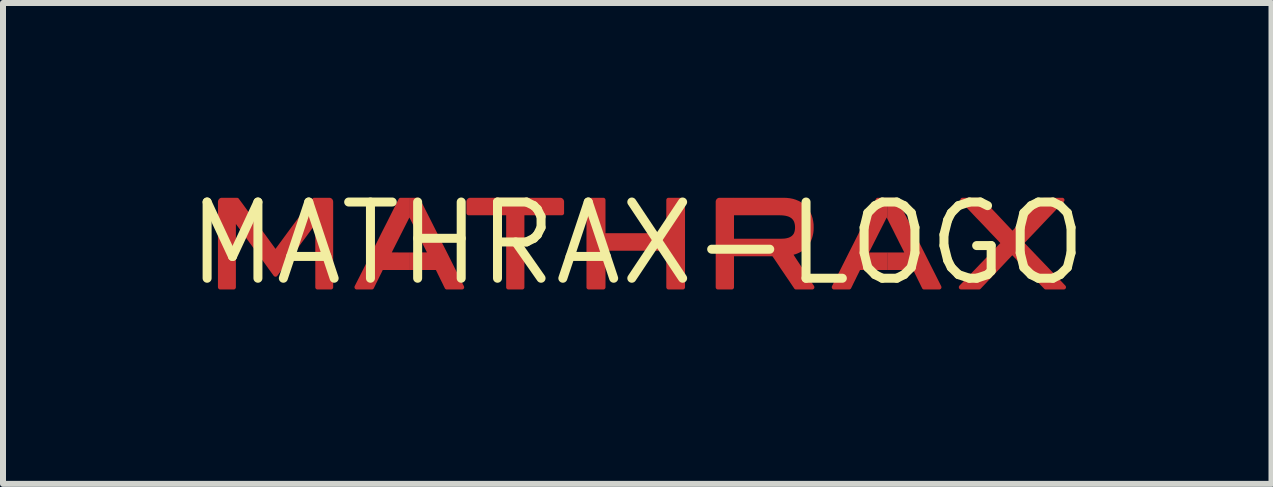
<source format=kicad_pcb>
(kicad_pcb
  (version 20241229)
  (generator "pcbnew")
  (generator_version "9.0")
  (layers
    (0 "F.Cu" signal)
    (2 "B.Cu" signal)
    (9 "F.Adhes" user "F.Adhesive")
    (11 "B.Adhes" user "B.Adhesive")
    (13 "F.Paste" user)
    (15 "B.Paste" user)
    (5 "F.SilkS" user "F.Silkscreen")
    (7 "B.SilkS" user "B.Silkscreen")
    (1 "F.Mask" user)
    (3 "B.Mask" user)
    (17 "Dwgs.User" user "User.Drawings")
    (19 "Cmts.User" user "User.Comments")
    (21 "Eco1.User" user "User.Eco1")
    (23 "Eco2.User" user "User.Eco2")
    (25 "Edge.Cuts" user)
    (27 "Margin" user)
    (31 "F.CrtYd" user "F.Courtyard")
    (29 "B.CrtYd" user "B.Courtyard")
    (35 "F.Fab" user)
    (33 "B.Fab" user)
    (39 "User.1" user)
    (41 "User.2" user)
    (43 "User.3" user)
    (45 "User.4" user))
  (footprint "MATHRAX-LOGO"
    (layer "F.Cu")
    (at 7.567 1.006)
    (property "Reference" "MATHRAX-LOGO" (at 0 0 0) (layer "F.SilkS") (effects (font (size 1.27 1.27) (thickness 0.15))))
    (fp_poly (pts (xy 1.612 0.729) (xy 1.612 0.733) (xy 1.611 0.737) (xy 1.61 0.74) (xy 1.609 0.744) (xy 1.607 0.747) (xy 1.605 0.75) (xy 1.603 0.753) (xy 1.601 0.756) (xy 1.598 0.759) (xy 1.595 0.761) (xy 1.592 0.763) (xy 1.588 0.764) (xy 1.585 0.766) (xy 1.581 0.766) (xy 1.577 0.767) (xy 1.573 0.767) (xy 1.345 0.767) (xy 1.341 0.767) (xy 1.337 0.766) (xy 1.334 0.766) (xy 1.33 0.764) (xy 1.327 0.763) (xy 1.323 0.761) (xy 1.321 0.759) (xy 1.318 0.756) (xy 1.316 0.753) (xy 1.313 0.75) (xy 1.311 0.747) (xy 1.31 0.744) (xy 1.309 0.74) (xy 1.308 0.737) (xy 1.307 0.733) (xy 1.307 0.729) (xy 1.307 -0.695) (xy 1.308 -0.708) (xy 1.312 -0.72) (xy 1.318 -0.731) (xy 1.325 -0.741) (xy 1.335 -0.749) (xy 1.346 -0.756) (xy 1.359 -0.76) (xy 1.372 -0.761) (xy 1.402 -0.761) (xy 1.432 -0.761) (xy 1.462 -0.761) (xy 1.492 -0.761) (xy 1.551 -0.761) (xy 1.581 -0.761) (xy 1.612 -0.761)) (stroke (width 0) (type default)) (fill yes) (layer "F.Cu"))
    (fp_poly (pts (xy -3.648 -0.761) (xy -3.643 -0.76) (xy -3.638 -0.758) (xy -3.634 -0.756) (xy -3.629 -0.753) (xy -3.626 -0.749) (xy -3.622 -0.745) (xy -3.619 -0.741) (xy -3.528 -0.559) (xy -3.436 -0.377) (xy -3.345 -0.196) (xy -3.254 -0.014) (xy -3.162 0.167) (xy -3.071 0.349) (xy -2.979 0.531) (xy -2.888 0.712) (xy -2.886 0.717) (xy -2.885 0.721) (xy -2.884 0.726) (xy -2.884 0.731) (xy -2.884 0.736) (xy -2.885 0.74) (xy -2.887 0.745) (xy -2.889 0.749) (xy -2.892 0.753) (xy -2.895 0.757) (xy -2.899 0.76) (xy -2.903 0.762) (xy -2.907 0.764) (xy -2.912 0.766) (xy -2.916 0.767) (xy -2.921 0.767) (xy -3.173 0.767) (xy -3.178 0.767) (xy -3.183 0.766) (xy -3.188 0.764) (xy -3.192 0.761) (xy -3.196 0.758) (xy -3.2 0.755) (xy -3.204 0.751) (xy -3.206 0.746) (xy -3.225 0.708) (xy -3.243 0.67) (xy -3.262 0.632) (xy -3.281 0.594) (xy -3.299 0.556) (xy -3.318 0.518) (xy -3.336 0.48) (xy -3.355 0.442) (xy -3.788 0.442) (xy -3.788 0.15) (xy -3.504 0.15) (xy -3.539 0.079) (xy -3.575 0.009) (xy -3.61 -0.062) (xy -3.646 -0.133) (xy -3.681 -0.204) (xy -3.717 -0.275) (xy -3.752 -0.346) (xy -3.788 -0.417) (xy -3.788 -0.761) (xy -3.653 -0.761)) (stroke (width 0) (type default)) (fill yes) (layer "F.Cu"))
    (fp_poly (pts (xy 4.304 -0.761) (xy 4.309 -0.76) (xy 4.314 -0.758) (xy 4.318 -0.756) (xy 4.323 -0.753) (xy 4.326 -0.749) (xy 4.33 -0.745) (xy 4.333 -0.741) (xy 4.424 -0.559) (xy 4.516 -0.377) (xy 4.607 -0.196) (xy 4.698 -0.014) (xy 4.79 0.167) (xy 4.881 0.349) (xy 4.973 0.531) (xy 5.064 0.712) (xy 5.066 0.717) (xy 5.067 0.721) (xy 5.068 0.726) (xy 5.068 0.731) (xy 5.068 0.736) (xy 5.067 0.74) (xy 5.065 0.745) (xy 5.063 0.749) (xy 5.06 0.753) (xy 5.057 0.757) (xy 5.053 0.76) (xy 5.049 0.762) (xy 5.045 0.764) (xy 5.04 0.766) (xy 5.035 0.767) (xy 5.031 0.767) (xy 4.779 0.767) (xy 4.774 0.767) (xy 4.769 0.766) (xy 4.764 0.764) (xy 4.76 0.761) (xy 4.755 0.758) (xy 4.752 0.755) (xy 4.748 0.751) (xy 4.746 0.746) (xy 4.727 0.708) (xy 4.709 0.67) (xy 4.69 0.632) (xy 4.671 0.594) (xy 4.653 0.556) (xy 4.634 0.518) (xy 4.616 0.48) (xy 4.597 0.442) (xy 4.164 0.442) (xy 4.164 0.15) (xy 4.448 0.15) (xy 4.413 0.079) (xy 4.377 0.009) (xy 4.342 -0.062) (xy 4.306 -0.133) (xy 4.271 -0.204) (xy 4.235 -0.275) (xy 4.199 -0.346) (xy 4.164 -0.417) (xy 4.164 -0.761) (xy 4.299 -0.761)) (stroke (width 0) (type default)) (fill yes) (layer "F.Cu"))
    (fp_poly (pts (xy -3.787 -0.415) (xy -3.789 -0.419) (xy -3.79 -0.42) (xy -3.791 -0.422) (xy -3.793 -0.426) (xy -3.793 -0.428) (xy -3.794 -0.43) (xy -3.794 -0.43) (xy -3.795 -0.431) (xy -3.797 -0.431) (xy -3.833 -0.359) (xy -3.87 -0.286) (xy -3.907 -0.213) (xy -3.944 -0.14) (xy -3.98 -0.068) (xy -4.017 0.005) (xy -4.054 0.078) (xy -4.09 0.15) (xy -3.787 0.15) (xy -3.787 0.442) (xy -4.24 0.442) (xy -4.258 0.48) (xy -4.277 0.518) (xy -4.296 0.556) (xy -4.314 0.594) (xy -4.352 0.67) (xy -4.37 0.708) (xy -4.389 0.746) (xy -4.392 0.751) (xy -4.395 0.755) (xy -4.399 0.758) (xy -4.403 0.761) (xy -4.408 0.764) (xy -4.413 0.766) (xy -4.418 0.767) (xy -4.423 0.767) (xy -4.673 0.767) (xy -4.678 0.767) (xy -4.683 0.766) (xy -4.688 0.764) (xy -4.692 0.762) (xy -4.696 0.76) (xy -4.699 0.757) (xy -4.703 0.753) (xy -4.705 0.749) (xy -4.708 0.745) (xy -4.709 0.74) (xy -4.711 0.736) (xy -4.711 0.731) (xy -4.711 0.726) (xy -4.711 0.721) (xy -4.709 0.717) (xy -4.708 0.712) (xy -4.616 0.531) (xy -4.524 0.349) (xy -4.433 0.167) (xy -4.341 -0.014) (xy -4.25 -0.196) (xy -4.158 -0.377) (xy -4.067 -0.559) (xy -3.975 -0.741) (xy -3.972 -0.745) (xy -3.969 -0.749) (xy -3.966 -0.753) (xy -3.961 -0.756) (xy -3.957 -0.758) (xy -3.952 -0.76) (xy -3.947 -0.761) (xy -3.942 -0.761) (xy -3.787 -0.761)) (stroke (width 0) (type default)) (fill yes) (layer "F.Cu"))
    (fp_poly (pts (xy 4.165 -0.415) (xy 4.163 -0.419) (xy 4.162 -0.42) (xy 4.161 -0.422) (xy 4.16 -0.424) (xy 4.159 -0.426) (xy 4.158 -0.428) (xy 4.158 -0.43) (xy 4.157 -0.431) (xy 4.155 -0.431) (xy 4.119 -0.359) (xy 4.082 -0.286) (xy 4.045 -0.213) (xy 4.008 -0.14) (xy 3.972 -0.068) (xy 3.935 0.005) (xy 3.898 0.078) (xy 3.862 0.15) (xy 4.165 0.15) (xy 4.165 0.442) (xy 3.712 0.442) (xy 3.694 0.48) (xy 3.675 0.518) (xy 3.656 0.556) (xy 3.638 0.594) (xy 3.6 0.67) (xy 3.582 0.708) (xy 3.563 0.746) (xy 3.56 0.751) (xy 3.557 0.755) (xy 3.553 0.758) (xy 3.549 0.761) (xy 3.544 0.764) (xy 3.539 0.766) (xy 3.534 0.767) (xy 3.529 0.767) (xy 3.279 0.767) (xy 3.274 0.767) (xy 3.269 0.766) (xy 3.264 0.764) (xy 3.26 0.762) (xy 3.256 0.76) (xy 3.252 0.757) (xy 3.249 0.753) (xy 3.247 0.749) (xy 3.244 0.745) (xy 3.242 0.74) (xy 3.241 0.736) (xy 3.241 0.731) (xy 3.241 0.726) (xy 3.241 0.721) (xy 3.243 0.717) (xy 3.244 0.712) (xy 3.336 0.531) (xy 3.428 0.349) (xy 3.519 0.167) (xy 3.611 -0.014) (xy 3.702 -0.196) (xy 3.794 -0.377) (xy 3.885 -0.559) (xy 3.977 -0.741) (xy 3.979 -0.745) (xy 3.983 -0.749) (xy 3.986 -0.753) (xy 3.99 -0.756) (xy 3.995 -0.758) (xy 4 -0.76) (xy 4.005 -0.761) (xy 4.01 -0.761) (xy 4.165 -0.761)) (stroke (width 0) (type default)) (fill yes) (layer "F.Cu"))
    (fp_poly (pts (xy -1.27 -0.76) (xy -1.258 -0.756) (xy -1.247 -0.749) (xy -1.237 -0.741) (xy -1.23 -0.731) (xy -1.224 -0.72) (xy -1.22 -0.708) (xy -1.219 -0.695) (xy -1.219 -0.507) (xy -1.219 -0.503) (xy -1.219 -0.5) (xy -1.22 -0.496) (xy -1.222 -0.492) (xy -1.223 -0.489) (xy -1.225 -0.486) (xy -1.227 -0.483) (xy -1.23 -0.481) (xy -1.233 -0.478) (xy -1.236 -0.476) (xy -1.239 -0.474) (xy -1.242 -0.472) (xy -1.246 -0.471) (xy -1.249 -0.47) (xy -1.253 -0.469) (xy -1.256 -0.469) (xy -1.88 -0.469) (xy -1.88 0.729) (xy -1.88 0.733) (xy -1.88 0.737) (xy -1.881 0.74) (xy -1.883 0.744) (xy -1.884 0.747) (xy -1.886 0.75) (xy -1.888 0.753) (xy -1.891 0.756) (xy -1.893 0.759) (xy -1.896 0.761) (xy -1.9 0.763) (xy -1.903 0.764) (xy -1.906 0.766) (xy -1.91 0.766) (xy -1.914 0.767) (xy -1.917 0.767) (xy -2.147 0.767) (xy -2.15 0.767) (xy -2.154 0.766) (xy -2.158 0.766) (xy -2.161 0.764) (xy -2.164 0.763) (xy -2.168 0.761) (xy -2.17 0.759) (xy -2.173 0.756) (xy -2.176 0.753) (xy -2.178 0.75) (xy -2.18 0.747) (xy -2.182 0.744) (xy -2.183 0.74) (xy -2.184 0.737) (xy -2.184 0.733) (xy -2.184 0.729) (xy -2.184 -0.469) (xy -2.807 -0.469) (xy -2.811 -0.469) (xy -2.815 -0.47) (xy -2.819 -0.471) (xy -2.822 -0.472) (xy -2.825 -0.474) (xy -2.829 -0.476) (xy -2.832 -0.478) (xy -2.835 -0.48) (xy -2.837 -0.483) (xy -2.839 -0.486) (xy -2.841 -0.489) (xy -2.843 -0.492) (xy -2.844 -0.496) (xy -2.845 -0.5) (xy -2.846 -0.503) (xy -2.846 -0.507) (xy -2.846 -0.695) (xy -2.845 -0.708) (xy -2.841 -0.72) (xy -2.835 -0.731) (xy -2.827 -0.741) (xy -2.818 -0.75) (xy -2.807 -0.756) (xy -2.794 -0.76) (xy -2.781 -0.761) (xy -1.283 -0.761)) (stroke (width 0) (type default)) (fill yes) (layer "F.Cu"))
    (fp_poly (pts (xy 2.491 -0.759) (xy 2.544 -0.753) (xy 2.595 -0.743) (xy 2.643 -0.728) (xy 2.688 -0.709) (xy 2.73 -0.686) (xy 2.768 -0.659) (xy 2.804 -0.627) (xy 2.836 -0.592) (xy 2.864 -0.553) (xy 2.887 -0.512) (xy 2.906 -0.468) (xy 2.921 -0.421) (xy 2.931 -0.372) (xy 2.938 -0.32) (xy 2.939 -0.266) (xy 2.938 -0.218) (xy 2.933 -0.173) (xy 2.924 -0.129) (xy 2.912 -0.087) (xy 2.897 -0.048) (xy 2.878 -0.011) (xy 2.855 0.024) (xy 2.829 0.056) (xy 2.829 0.056) (xy 2.806 0.079) (xy 2.782 0.101) (xy 2.756 0.12) (xy 2.729 0.138) (xy 2.7 0.153) (xy 2.669 0.167) (xy 2.637 0.179) (xy 2.604 0.188) (xy 2.646 0.253) (xy 2.689 0.318) (xy 2.732 0.383) (xy 2.774 0.448) (xy 2.817 0.513) (xy 2.86 0.578) (xy 2.902 0.643) (xy 2.945 0.708) (xy 2.947 0.713) (xy 2.949 0.718) (xy 2.951 0.723) (xy 2.951 0.728) (xy 2.951 0.733) (xy 2.95 0.738) (xy 2.949 0.743) (xy 2.947 0.747) (xy 2.944 0.752) (xy 2.941 0.756) (xy 2.937 0.759) (xy 2.933 0.762) (xy 2.928 0.764) (xy 2.924 0.766) (xy 2.919 0.767) (xy 2.913 0.767) (xy 2.647 0.767) (xy 2.642 0.767) (xy 2.638 0.766) (xy 2.633 0.765) (xy 2.629 0.763) (xy 2.625 0.76) (xy 2.621 0.758) (xy 2.618 0.754) (xy 2.615 0.75) (xy 2.57 0.683) (xy 2.525 0.616) (xy 2.479 0.549) (xy 2.434 0.482) (xy 2.388 0.415) (xy 2.343 0.347) (xy 2.298 0.28) (xy 2.252 0.213) (xy 1.611 0.213) (xy 1.611 -0.079) (xy 1.728 -0.079) (xy 1.824 -0.079) (xy 1.92 -0.079) (xy 2.016 -0.079) (xy 2.113 -0.079) (xy 2.209 -0.079) (xy 2.305 -0.079) (xy 2.401 -0.079) (xy 2.431 -0.08) (xy 2.459 -0.082) (xy 2.484 -0.086) (xy 2.507 -0.092) (xy 2.528 -0.098) (xy 2.546 -0.107) (xy 2.562 -0.116) (xy 2.576 -0.126) (xy 2.588 -0.138) (xy 2.599 -0.151) (xy 2.608 -0.165) (xy 2.615 -0.182) (xy 2.621 -0.2) (xy 2.625 -0.22) (xy 2.628 -0.242) (xy 2.629 -0.266) (xy 2.628 -0.292) (xy 2.625 -0.316) (xy 2.62 -0.338) (xy 2.614 -0.358) (xy 2.606 -0.375) (xy 2.596 -0.391) (xy 2.584 -0.405) (xy 2.571 -0.418) (xy 2.555 -0.429) (xy 2.538 -0.439) (xy 2.518 -0.448) (xy 2.495 -0.455) (xy 2.47 -0.461) (xy 2.443 -0.465) (xy 2.413 -0.468) (xy 2.38 -0.469) (xy 1.611 -0.469) (xy 1.611 -0.761) (xy 1.732 -0.761) (xy 1.832 -0.761) (xy 1.933 -0.761) (xy 2.033 -0.761) (xy 2.134 -0.761) (xy 2.234 -0.761) (xy 2.335 -0.761) (xy 2.435 -0.761)) (stroke (width 0) (type default)) (fill yes) (layer "F.Cu"))
    (fp_poly (pts (xy -0.563 -0.761) (xy -0.559 -0.761) (xy -0.556 -0.76) (xy -0.552 -0.759) (xy -0.549 -0.757) (xy -0.546 -0.755) (xy -0.543 -0.753) (xy -0.54 -0.75) (xy -0.538 -0.748) (xy -0.536 -0.745) (xy -0.534 -0.742) (xy -0.532 -0.738) (xy -0.531 -0.735) (xy -0.53 -0.731) (xy -0.529 -0.727) (xy -0.529 -0.724) (xy -0.529 -0.171) (xy 0.484 -0.171) (xy 0.484 -0.724) (xy 0.484 -0.727) (xy 0.485 -0.731) (xy 0.486 -0.735) (xy 0.487 -0.738) (xy 0.489 -0.742) (xy 0.491 -0.745) (xy 0.493 -0.748) (xy 0.495 -0.75) (xy 0.498 -0.753) (xy 0.501 -0.755) (xy 0.504 -0.757) (xy 0.508 -0.759) (xy 0.511 -0.76) (xy 0.515 -0.761) (xy 0.518 -0.761) (xy 0.522 -0.761) (xy 0.731 -0.761) (xy 0.742 -0.76) (xy 0.753 -0.757) (xy 0.763 -0.752) (xy 0.772 -0.746) (xy 0.78 -0.739) (xy 0.786 -0.73) (xy 0.791 -0.721) (xy 0.795 -0.71) (xy 0.795 -0.709) (xy 0.795 -0.707) (xy 0.795 -0.706) (xy 0.795 -0.704) (xy 0.796 -0.703) (xy 0.796 -0.701) (xy 0.796 -0.7) (xy 0.796 -0.699) (xy 0.796 0.729) (xy 0.796 0.733) (xy 0.795 0.737) (xy 0.794 0.74) (xy 0.793 0.744) (xy 0.791 0.747) (xy 0.789 0.75) (xy 0.787 0.753) (xy 0.785 0.756) (xy 0.782 0.759) (xy 0.779 0.761) (xy 0.776 0.763) (xy 0.773 0.764) (xy 0.769 0.766) (xy 0.766 0.766) (xy 0.762 0.767) (xy 0.758 0.767) (xy 0.522 0.767) (xy 0.518 0.767) (xy 0.515 0.766) (xy 0.511 0.766) (xy 0.508 0.764) (xy 0.504 0.763) (xy 0.501 0.761) (xy 0.498 0.759) (xy 0.495 0.756) (xy 0.493 0.753) (xy 0.491 0.75) (xy 0.489 0.747) (xy 0.487 0.744) (xy 0.486 0.74) (xy 0.485 0.737) (xy 0.484 0.733) (xy 0.484 0.729) (xy 0.484 0.121) (xy -0.529 0.121) (xy -0.529 0.729) (xy -0.529 0.733) (xy -0.53 0.737) (xy -0.531 0.74) (xy -0.532 0.744) (xy -0.534 0.747) (xy -0.536 0.75) (xy -0.538 0.753) (xy -0.54 0.756) (xy -0.543 0.759) (xy -0.546 0.761) (xy -0.549 0.763) (xy -0.552 0.764) (xy -0.556 0.766) (xy -0.559 0.766) (xy -0.563 0.767) (xy -0.567 0.767) (xy -0.809 0.767) (xy -0.812 0.767) (xy -0.816 0.766) (xy -0.82 0.766) (xy -0.823 0.764) (xy -0.827 0.763) (xy -0.83 0.761) (xy -0.833 0.759) (xy -0.835 0.756) (xy -0.838 0.753) (xy -0.84 0.75) (xy -0.842 0.747) (xy -0.844 0.744) (xy -0.845 0.74) (xy -0.846 0.737) (xy -0.846 0.733) (xy -0.846 0.729) (xy -0.846 -0.695) (xy -0.846 -0.706) (xy -0.843 -0.716) (xy -0.839 -0.725) (xy -0.834 -0.734) (xy -0.828 -0.741) (xy -0.821 -0.748) (xy -0.812 -0.754) (xy -0.803 -0.758) (xy -0.801 -0.759) (xy -0.799 -0.759) (xy -0.797 -0.76) (xy -0.795 -0.76) (xy -0.793 -0.761) (xy -0.791 -0.761) (xy -0.789 -0.761) (xy -0.787 -0.761) (xy -0.567 -0.761)) (stroke (width 0) (type default)) (fill yes) (layer "F.Cu"))
    (fp_poly (pts (xy -6.665 -0.761) (xy -6.661 -0.76) (xy -6.657 -0.759) (xy -6.653 -0.757) (xy -6.649 -0.755) (xy -6.645 -0.753) (xy -6.642 -0.75) (xy -6.639 -0.746) (xy -6.562 -0.642) (xy -6.486 -0.537) (xy -6.409 -0.432) (xy -6.332 -0.328) (xy -6.256 -0.223) (xy -6.179 -0.119) (xy -6.103 -0.014) (xy -6.103 -0.014) (xy -6.027 0.09) (xy -5.95 -0.014) (xy -5.873 -0.119) (xy -5.719 -0.328) (xy -5.642 -0.432) (xy -5.566 -0.537) (xy -5.489 -0.642) (xy -5.412 -0.746) (xy -5.409 -0.75) (xy -5.405 -0.753) (xy -5.402 -0.755) (xy -5.398 -0.757) (xy -5.394 -0.759) (xy -5.39 -0.76) (xy -5.386 -0.761) (xy -5.381 -0.761) (xy -5.132 -0.761) (xy -5.118 -0.76) (xy -5.106 -0.756) (xy -5.094 -0.75) (xy -5.085 -0.741) (xy -5.077 -0.731) (xy -5.071 -0.72) (xy -5.068 -0.708) (xy -5.066 -0.695) (xy -5.066 0.729) (xy -5.066 0.733) (xy -5.067 0.737) (xy -5.068 0.74) (xy -5.069 0.744) (xy -5.071 0.747) (xy -5.072 0.75) (xy -5.074 0.753) (xy -5.077 0.756) (xy -5.08 0.759) (xy -5.083 0.761) (xy -5.086 0.763) (xy -5.09 0.764) (xy -5.093 0.766) (xy -5.097 0.766) (xy -5.1 0.767) (xy -5.104 0.767) (xy -5.327 0.767) (xy -5.33 0.767) (xy -5.334 0.766) (xy -5.337 0.766) (xy -5.341 0.764) (xy -5.344 0.763) (xy -5.347 0.761) (xy -5.35 0.759) (xy -5.353 0.756) (xy -5.356 0.753) (xy -5.358 0.75) (xy -5.36 0.747) (xy -5.361 0.744) (xy -5.363 0.74) (xy -5.363 0.737) (xy -5.364 0.733) (xy -5.364 0.729) (xy -5.364 -0.32) (xy -5.442 -0.214) (xy -5.521 -0.106) (xy -5.601 0.001) (xy -5.68 0.109) (xy -5.759 0.216) (xy -5.838 0.324) (xy -5.917 0.431) (xy -5.996 0.539) (xy -5.999 0.542) (xy -6.002 0.545) (xy -6.006 0.548) (xy -6.009 0.55) (xy -6.013 0.552) (xy -6.018 0.554) (xy -6.022 0.554) (xy -6.027 0.555) (xy -6.031 0.554) (xy -6.035 0.554) (xy -6.039 0.552) (xy -6.043 0.55) (xy -6.047 0.548) (xy -6.051 0.545) (xy -6.054 0.542) (xy -6.057 0.539) (xy -6.136 0.431) (xy -6.214 0.322) (xy -6.293 0.214) (xy -6.372 0.106) (xy -6.451 -0.002) (xy -6.53 -0.11) (xy -6.609 -0.218) (xy -6.687 -0.325) (xy -6.687 0.729) (xy -6.687 0.733) (xy -6.688 0.737) (xy -6.689 0.74) (xy -6.69 0.744) (xy -6.692 0.747) (xy -6.694 0.75) (xy -6.696 0.753) (xy -6.699 0.756) (xy -6.701 0.759) (xy -6.704 0.761) (xy -6.707 0.763) (xy -6.711 0.764) (xy -6.714 0.766) (xy -6.718 0.766) (xy -6.721 0.767) (xy -6.725 0.767) (xy -6.947 0.767) (xy -6.951 0.767) (xy -6.954 0.766) (xy -6.958 0.766) (xy -6.962 0.764) (xy -6.965 0.763) (xy -6.968 0.761) (xy -6.971 0.759) (xy -6.974 0.756) (xy -6.976 0.753) (xy -6.979 0.75) (xy -6.981 0.747) (xy -6.982 0.744) (xy -6.984 0.74) (xy -6.985 0.737) (xy -6.985 0.733) (xy -6.986 0.729) (xy -6.986 -0.695) (xy -6.984 -0.708) (xy -6.98 -0.72) (xy -6.974 -0.731) (xy -6.966 -0.741) (xy -6.957 -0.75) (xy -6.946 -0.756) (xy -6.934 -0.76) (xy -6.92 -0.761) (xy -6.669 -0.761)) (stroke (width 0) (type default)) (fill yes) (layer "F.Cu"))
    (fp_poly (pts (xy 5.722 -0.761) (xy 5.726 -0.761) (xy 5.73 -0.76) (xy 5.733 -0.758) (xy 5.737 -0.757) (xy 5.74 -0.755) (xy 5.743 -0.752) (xy 5.746 -0.749) (xy 5.809 -0.682) (xy 5.872 -0.615) (xy 5.935 -0.548) (xy 5.999 -0.481) (xy 6.062 -0.414) (xy 6.125 -0.347) (xy 6.188 -0.28) (xy 6.251 -0.213) (xy 6.314 -0.28) (xy 6.377 -0.347) (xy 6.44 -0.414) (xy 6.503 -0.481) (xy 6.566 -0.548) (xy 6.629 -0.615) (xy 6.692 -0.682) (xy 6.755 -0.749) (xy 6.758 -0.752) (xy 6.761 -0.754) (xy 6.764 -0.757) (xy 6.767 -0.758) (xy 6.771 -0.76) (xy 6.775 -0.761) (xy 6.778 -0.761) (xy 6.782 -0.761) (xy 7.081 -0.761) (xy 7.086 -0.761) (xy 7.091 -0.76) (xy 7.096 -0.758) (xy 7.101 -0.755) (xy 7.105 -0.752) (xy 7.109 -0.748) (xy 7.112 -0.744) (xy 7.115 -0.739) (xy 7.117 -0.733) (xy 7.118 -0.728) (xy 7.118 -0.722) (xy 7.117 -0.717) (xy 7.116 -0.712) (xy 7.114 -0.707) (xy 7.111 -0.702) (xy 7.108 -0.698) (xy 7.026 -0.611) (xy 6.944 -0.525) (xy 6.862 -0.439) (xy 6.78 -0.353) (xy 6.698 -0.266) (xy 6.616 -0.18) (xy 6.534 -0.094) (xy 6.452 -0.008) (xy 6.537 0.081) (xy 6.622 0.17) (xy 6.707 0.259) (xy 6.792 0.347) (xy 6.877 0.436) (xy 6.963 0.525) (xy 7.048 0.614) (xy 7.133 0.703) (xy 7.136 0.708) (xy 7.139 0.712) (xy 7.141 0.717) (xy 7.143 0.723) (xy 7.143 0.728) (xy 7.143 0.733) (xy 7.142 0.739) (xy 7.14 0.744) (xy 7.138 0.749) (xy 7.134 0.754) (xy 7.131 0.757) (xy 7.126 0.761) (xy 7.122 0.763) (xy 7.117 0.765) (xy 7.111 0.766) (xy 7.105 0.767) (xy 6.808 0.767) (xy 6.804 0.767) (xy 6.8 0.766) (xy 6.796 0.765) (xy 6.792 0.764) (xy 6.789 0.762) (xy 6.786 0.76) (xy 6.783 0.758) (xy 6.78 0.755) (xy 6.713 0.686) (xy 6.58 0.546) (xy 6.514 0.476) (xy 6.314 0.266) (xy 6.248 0.197) (xy 6.183 0.266) (xy 6.117 0.336) (xy 6.051 0.406) (xy 5.985 0.476) (xy 5.919 0.546) (xy 5.853 0.615) (xy 5.787 0.685) (xy 5.721 0.755) (xy 5.718 0.758) (xy 5.715 0.76) (xy 5.712 0.762) (xy 5.708 0.764) (xy 5.705 0.765) (xy 5.701 0.766) (xy 5.697 0.767) (xy 5.693 0.767) (xy 5.395 0.767) (xy 5.39 0.766) (xy 5.384 0.765) (xy 5.379 0.763) (xy 5.374 0.761) (xy 5.37 0.757) (xy 5.366 0.754) (xy 5.363 0.749) (xy 5.36 0.744) (xy 5.359 0.739) (xy 5.358 0.733) (xy 5.358 0.728) (xy 5.358 0.723) (xy 5.36 0.717) (xy 5.362 0.712) (xy 5.365 0.708) (xy 5.368 0.703) (xy 5.538 0.526) (xy 5.623 0.437) (xy 5.708 0.348) (xy 5.794 0.259) (xy 5.879 0.17) (xy 5.964 0.082) (xy 6.049 -0.007) (xy 5.967 -0.093) (xy 5.885 -0.179) (xy 5.803 -0.266) (xy 5.721 -0.352) (xy 5.638 -0.438) (xy 5.556 -0.525) (xy 5.474 -0.611) (xy 5.392 -0.698) (xy 5.389 -0.702) (xy 5.386 -0.707) (xy 5.384 -0.712) (xy 5.383 -0.717) (xy 5.382 -0.722) (xy 5.382 -0.728) (xy 5.383 -0.733) (xy 5.385 -0.739) (xy 5.388 -0.744) (xy 5.391 -0.748) (xy 5.395 -0.752) (xy 5.399 -0.755) (xy 5.404 -0.758) (xy 5.409 -0.76) (xy 5.414 -0.761) (xy 5.42 -0.761) (xy 5.718 -0.761)) (stroke (width 0) (type default)) (fill yes) (layer "F.Cu"))
    (fp_poly (pts (xy 1.612 0.729) (xy 1.612 0.733) (xy 1.611 0.737) (xy 1.61 0.74) (xy 1.609 0.744) (xy 1.607 0.747) (xy 1.605 0.75) (xy 1.603 0.753) (xy 1.601 0.756) (xy 1.598 0.759) (xy 1.595 0.761) (xy 1.592 0.763) (xy 1.588 0.764) (xy 1.585 0.766) (xy 1.581 0.766) (xy 1.577 0.767) (xy 1.573 0.767) (xy 1.345 0.767) (xy 1.341 0.767) (xy 1.337 0.766) (xy 1.334 0.766) (xy 1.33 0.764) (xy 1.327 0.763) (xy 1.323 0.761) (xy 1.321 0.759) (xy 1.318 0.756) (xy 1.316 0.753) (xy 1.313 0.75) (xy 1.311 0.747) (xy 1.31 0.744) (xy 1.309 0.74) (xy 1.308 0.737) (xy 1.307 0.733) (xy 1.307 0.729) (xy 1.307 -0.695) (xy 1.308 -0.708) (xy 1.312 -0.72) (xy 1.318 -0.731) (xy 1.325 -0.741) (xy 1.335 -0.749) (xy 1.346 -0.756) (xy 1.359 -0.76) (xy 1.372 -0.761) (xy 1.402 -0.761) (xy 1.432 -0.761) (xy 1.462 -0.761) (xy 1.492 -0.761) (xy 1.551 -0.761) (xy 1.581 -0.761) (xy 1.612 -0.761)) (stroke (width 0) (type default)) (fill yes) (layer "F.Mask"))
    (fp_poly (pts (xy -3.648 -0.761) (xy -3.643 -0.76) (xy -3.638 -0.758) (xy -3.634 -0.756) (xy -3.629 -0.753) (xy -3.626 -0.749) (xy -3.622 -0.745) (xy -3.619 -0.741) (xy -3.528 -0.559) (xy -3.436 -0.377) (xy -3.345 -0.196) (xy -3.254 -0.014) (xy -3.162 0.167) (xy -3.071 0.349) (xy -2.979 0.531) (xy -2.888 0.712) (xy -2.886 0.717) (xy -2.885 0.721) (xy -2.884 0.726) (xy -2.884 0.731) (xy -2.884 0.736) (xy -2.885 0.74) (xy -2.887 0.745) (xy -2.889 0.749) (xy -2.892 0.753) (xy -2.895 0.757) (xy -2.899 0.76) (xy -2.903 0.762) (xy -2.907 0.764) (xy -2.912 0.766) (xy -2.916 0.767) (xy -2.921 0.767) (xy -3.173 0.767) (xy -3.178 0.767) (xy -3.183 0.766) (xy -3.188 0.764) (xy -3.192 0.761) (xy -3.196 0.758) (xy -3.2 0.755) (xy -3.204 0.751) (xy -3.206 0.746) (xy -3.225 0.708) (xy -3.243 0.67) (xy -3.262 0.632) (xy -3.281 0.594) (xy -3.299 0.556) (xy -3.318 0.518) (xy -3.336 0.48) (xy -3.355 0.442) (xy -3.788 0.442) (xy -3.788 0.15) (xy -3.504 0.15) (xy -3.539 0.079) (xy -3.575 0.009) (xy -3.61 -0.062) (xy -3.646 -0.133) (xy -3.681 -0.204) (xy -3.717 -0.275) (xy -3.752 -0.346) (xy -3.788 -0.417) (xy -3.788 -0.761) (xy -3.653 -0.761)) (stroke (width 0) (type default)) (fill yes) (layer "F.Mask"))
    (fp_poly (pts (xy 4.304 -0.761) (xy 4.309 -0.76) (xy 4.314 -0.758) (xy 4.318 -0.756) (xy 4.323 -0.753) (xy 4.326 -0.749) (xy 4.33 -0.745) (xy 4.333 -0.741) (xy 4.424 -0.559) (xy 4.516 -0.377) (xy 4.607 -0.196) (xy 4.698 -0.014) (xy 4.79 0.167) (xy 4.881 0.349) (xy 4.973 0.531) (xy 5.064 0.712) (xy 5.066 0.717) (xy 5.067 0.721) (xy 5.068 0.726) (xy 5.068 0.731) (xy 5.068 0.736) (xy 5.067 0.74) (xy 5.065 0.745) (xy 5.063 0.749) (xy 5.06 0.753) (xy 5.057 0.757) (xy 5.053 0.76) (xy 5.049 0.762) (xy 5.045 0.764) (xy 5.04 0.766) (xy 5.035 0.767) (xy 5.031 0.767) (xy 4.779 0.767) (xy 4.774 0.767) (xy 4.769 0.766) (xy 4.764 0.764) (xy 4.76 0.761) (xy 4.755 0.758) (xy 4.752 0.755) (xy 4.748 0.751) (xy 4.746 0.746) (xy 4.727 0.708) (xy 4.709 0.67) (xy 4.69 0.632) (xy 4.671 0.594) (xy 4.653 0.556) (xy 4.634 0.518) (xy 4.616 0.48) (xy 4.597 0.442) (xy 4.164 0.442) (xy 4.164 0.15) (xy 4.448 0.15) (xy 4.413 0.079) (xy 4.377 0.009) (xy 4.342 -0.062) (xy 4.306 -0.133) (xy 4.271 -0.204) (xy 4.235 -0.275) (xy 4.199 -0.346) (xy 4.164 -0.417) (xy 4.164 -0.761) (xy 4.299 -0.761)) (stroke (width 0) (type default)) (fill yes) (layer "F.Mask"))
    (fp_poly (pts (xy -3.787 -0.415) (xy -3.789 -0.419) (xy -3.79 -0.42) (xy -3.791 -0.422) (xy -3.793 -0.426) (xy -3.793 -0.428) (xy -3.794 -0.43) (xy -3.794 -0.43) (xy -3.795 -0.431) (xy -3.797 -0.431) (xy -3.833 -0.359) (xy -3.87 -0.286) (xy -3.907 -0.213) (xy -3.944 -0.14) (xy -3.98 -0.068) (xy -4.017 0.005) (xy -4.054 0.078) (xy -4.09 0.15) (xy -3.787 0.15) (xy -3.787 0.442) (xy -4.24 0.442) (xy -4.258 0.48) (xy -4.277 0.518) (xy -4.296 0.556) (xy -4.314 0.594) (xy -4.352 0.67) (xy -4.37 0.708) (xy -4.389 0.746) (xy -4.392 0.751) (xy -4.395 0.755) (xy -4.399 0.758) (xy -4.403 0.761) (xy -4.408 0.764) (xy -4.413 0.766) (xy -4.418 0.767) (xy -4.423 0.767) (xy -4.673 0.767) (xy -4.678 0.767) (xy -4.683 0.766) (xy -4.688 0.764) (xy -4.692 0.762) (xy -4.696 0.76) (xy -4.699 0.757) (xy -4.703 0.753) (xy -4.705 0.749) (xy -4.708 0.745) (xy -4.709 0.74) (xy -4.711 0.736) (xy -4.711 0.731) (xy -4.711 0.726) (xy -4.711 0.721) (xy -4.709 0.717) (xy -4.708 0.712) (xy -4.616 0.531) (xy -4.524 0.349) (xy -4.433 0.167) (xy -4.341 -0.014) (xy -4.25 -0.196) (xy -4.158 -0.377) (xy -4.067 -0.559) (xy -3.975 -0.741) (xy -3.972 -0.745) (xy -3.969 -0.749) (xy -3.966 -0.753) (xy -3.961 -0.756) (xy -3.957 -0.758) (xy -3.952 -0.76) (xy -3.947 -0.761) (xy -3.942 -0.761) (xy -3.787 -0.761)) (stroke (width 0) (type default)) (fill yes) (layer "F.Mask"))
    (fp_poly (pts (xy 4.165 -0.415) (xy 4.163 -0.419) (xy 4.162 -0.42) (xy 4.161 -0.422) (xy 4.16 -0.424) (xy 4.159 -0.426) (xy 4.158 -0.428) (xy 4.158 -0.43) (xy 4.157 -0.431) (xy 4.155 -0.431) (xy 4.119 -0.359) (xy 4.082 -0.286) (xy 4.045 -0.213) (xy 4.008 -0.14) (xy 3.972 -0.068) (xy 3.935 0.005) (xy 3.898 0.078) (xy 3.862 0.15) (xy 4.165 0.15) (xy 4.165 0.442) (xy 3.712 0.442) (xy 3.694 0.48) (xy 3.675 0.518) (xy 3.656 0.556) (xy 3.638 0.594) (xy 3.6 0.67) (xy 3.582 0.708) (xy 3.563 0.746) (xy 3.56 0.751) (xy 3.557 0.755) (xy 3.553 0.758) (xy 3.549 0.761) (xy 3.544 0.764) (xy 3.539 0.766) (xy 3.534 0.767) (xy 3.529 0.767) (xy 3.279 0.767) (xy 3.274 0.767) (xy 3.269 0.766) (xy 3.264 0.764) (xy 3.26 0.762) (xy 3.256 0.76) (xy 3.252 0.757) (xy 3.249 0.753) (xy 3.247 0.749) (xy 3.244 0.745) (xy 3.242 0.74) (xy 3.241 0.736) (xy 3.241 0.731) (xy 3.241 0.726) (xy 3.241 0.721) (xy 3.243 0.717) (xy 3.244 0.712) (xy 3.336 0.531) (xy 3.428 0.349) (xy 3.519 0.167) (xy 3.611 -0.014) (xy 3.702 -0.196) (xy 3.794 -0.377) (xy 3.885 -0.559) (xy 3.977 -0.741) (xy 3.979 -0.745) (xy 3.983 -0.749) (xy 3.986 -0.753) (xy 3.99 -0.756) (xy 3.995 -0.758) (xy 4 -0.76) (xy 4.005 -0.761) (xy 4.01 -0.761) (xy 4.165 -0.761)) (stroke (width 0) (type default)) (fill yes) (layer "F.Mask"))
    (fp_poly (pts (xy -1.27 -0.76) (xy -1.258 -0.756) (xy -1.247 -0.749) (xy -1.237 -0.741) (xy -1.23 -0.731) (xy -1.224 -0.72) (xy -1.22 -0.708) (xy -1.219 -0.695) (xy -1.219 -0.507) (xy -1.219 -0.503) (xy -1.219 -0.5) (xy -1.22 -0.496) (xy -1.222 -0.492) (xy -1.223 -0.489) (xy -1.225 -0.486) (xy -1.227 -0.483) (xy -1.23 -0.481) (xy -1.233 -0.478) (xy -1.236 -0.476) (xy -1.239 -0.474) (xy -1.242 -0.472) (xy -1.246 -0.471) (xy -1.249 -0.47) (xy -1.253 -0.469) (xy -1.256 -0.469) (xy -1.88 -0.469) (xy -1.88 0.729) (xy -1.88 0.733) (xy -1.88 0.737) (xy -1.881 0.74) (xy -1.883 0.744) (xy -1.884 0.747) (xy -1.886 0.75) (xy -1.888 0.753) (xy -1.891 0.756) (xy -1.893 0.759) (xy -1.896 0.761) (xy -1.9 0.763) (xy -1.903 0.764) (xy -1.906 0.766) (xy -1.91 0.766) (xy -1.914 0.767) (xy -1.917 0.767) (xy -2.147 0.767) (xy -2.15 0.767) (xy -2.154 0.766) (xy -2.158 0.766) (xy -2.161 0.764) (xy -2.164 0.763) (xy -2.168 0.761) (xy -2.17 0.759) (xy -2.173 0.756) (xy -2.176 0.753) (xy -2.178 0.75) (xy -2.18 0.747) (xy -2.182 0.744) (xy -2.183 0.74) (xy -2.184 0.737) (xy -2.184 0.733) (xy -2.184 0.729) (xy -2.184 -0.469) (xy -2.807 -0.469) (xy -2.811 -0.469) (xy -2.815 -0.47) (xy -2.819 -0.471) (xy -2.822 -0.472) (xy -2.825 -0.474) (xy -2.829 -0.476) (xy -2.832 -0.478) (xy -2.835 -0.48) (xy -2.837 -0.483) (xy -2.839 -0.486) (xy -2.841 -0.489) (xy -2.843 -0.492) (xy -2.844 -0.496) (xy -2.845 -0.5) (xy -2.846 -0.503) (xy -2.846 -0.507) (xy -2.846 -0.695) (xy -2.845 -0.708) (xy -2.841 -0.72) (xy -2.835 -0.731) (xy -2.827 -0.741) (xy -2.818 -0.75) (xy -2.807 -0.756) (xy -2.794 -0.76) (xy -2.781 -0.761) (xy -1.283 -0.761)) (stroke (width 0) (type default)) (fill yes) (layer "F.Mask"))
    (fp_poly (pts (xy 2.491 -0.759) (xy 2.544 -0.753) (xy 2.595 -0.743) (xy 2.643 -0.728) (xy 2.688 -0.709) (xy 2.73 -0.686) (xy 2.768 -0.659) (xy 2.804 -0.627) (xy 2.836 -0.592) (xy 2.864 -0.553) (xy 2.887 -0.512) (xy 2.906 -0.468) (xy 2.921 -0.421) (xy 2.931 -0.372) (xy 2.938 -0.32) (xy 2.939 -0.266) (xy 2.938 -0.218) (xy 2.933 -0.173) (xy 2.924 -0.129) (xy 2.912 -0.087) (xy 2.897 -0.048) (xy 2.878 -0.011) (xy 2.855 0.024) (xy 2.829 0.056) (xy 2.829 0.056) (xy 2.806 0.079) (xy 2.782 0.101) (xy 2.756 0.12) (xy 2.729 0.138) (xy 2.7 0.153) (xy 2.669 0.167) (xy 2.637 0.179) (xy 2.604 0.188) (xy 2.646 0.253) (xy 2.689 0.318) (xy 2.732 0.383) (xy 2.774 0.448) (xy 2.817 0.513) (xy 2.86 0.578) (xy 2.902 0.643) (xy 2.945 0.708) (xy 2.947 0.713) (xy 2.949 0.718) (xy 2.951 0.723) (xy 2.951 0.728) (xy 2.951 0.733) (xy 2.95 0.738) (xy 2.949 0.743) (xy 2.947 0.747) (xy 2.944 0.752) (xy 2.941 0.756) (xy 2.937 0.759) (xy 2.933 0.762) (xy 2.928 0.764) (xy 2.924 0.766) (xy 2.919 0.767) (xy 2.913 0.767) (xy 2.647 0.767) (xy 2.642 0.767) (xy 2.638 0.766) (xy 2.633 0.765) (xy 2.629 0.763) (xy 2.625 0.76) (xy 2.621 0.758) (xy 2.618 0.754) (xy 2.615 0.75) (xy 2.57 0.683) (xy 2.525 0.616) (xy 2.479 0.549) (xy 2.434 0.482) (xy 2.388 0.415) (xy 2.343 0.347) (xy 2.298 0.28) (xy 2.252 0.213) (xy 1.611 0.213) (xy 1.611 -0.079) (xy 1.728 -0.079) (xy 1.824 -0.079) (xy 1.92 -0.079) (xy 2.016 -0.079) (xy 2.113 -0.079) (xy 2.209 -0.079) (xy 2.305 -0.079) (xy 2.401 -0.079) (xy 2.431 -0.08) (xy 2.459 -0.082) (xy 2.484 -0.086) (xy 2.507 -0.092) (xy 2.528 -0.098) (xy 2.546 -0.107) (xy 2.562 -0.116) (xy 2.576 -0.126) (xy 2.588 -0.138) (xy 2.599 -0.151) (xy 2.608 -0.165) (xy 2.615 -0.182) (xy 2.621 -0.2) (xy 2.625 -0.22) (xy 2.628 -0.242) (xy 2.629 -0.266) (xy 2.628 -0.292) (xy 2.625 -0.316) (xy 2.62 -0.338) (xy 2.614 -0.358) (xy 2.606 -0.375) (xy 2.596 -0.391) (xy 2.584 -0.405) (xy 2.571 -0.418) (xy 2.555 -0.429) (xy 2.538 -0.439) (xy 2.518 -0.448) (xy 2.495 -0.455) (xy 2.47 -0.461) (xy 2.443 -0.465) (xy 2.413 -0.468) (xy 2.38 -0.469) (xy 1.611 -0.469) (xy 1.611 -0.761) (xy 1.732 -0.761) (xy 1.832 -0.761) (xy 1.933 -0.761) (xy 2.033 -0.761) (xy 2.134 -0.761) (xy 2.234 -0.761) (xy 2.335 -0.761) (xy 2.435 -0.761)) (stroke (width 0) (type default)) (fill yes) (layer "F.Mask"))
    (fp_poly (pts (xy -0.563 -0.761) (xy -0.559 -0.761) (xy -0.556 -0.76) (xy -0.552 -0.759) (xy -0.549 -0.757) (xy -0.546 -0.755) (xy -0.543 -0.753) (xy -0.54 -0.75) (xy -0.538 -0.748) (xy -0.536 -0.745) (xy -0.534 -0.742) (xy -0.532 -0.738) (xy -0.531 -0.735) (xy -0.53 -0.731) (xy -0.529 -0.727) (xy -0.529 -0.724) (xy -0.529 -0.171) (xy 0.484 -0.171) (xy 0.484 -0.724) (xy 0.484 -0.727) (xy 0.485 -0.731) (xy 0.486 -0.735) (xy 0.487 -0.738) (xy 0.489 -0.742) (xy 0.491 -0.745) (xy 0.493 -0.748) (xy 0.495 -0.75) (xy 0.498 -0.753) (xy 0.501 -0.755) (xy 0.504 -0.757) (xy 0.508 -0.759) (xy 0.511 -0.76) (xy 0.515 -0.761) (xy 0.518 -0.761) (xy 0.522 -0.761) (xy 0.731 -0.761) (xy 0.742 -0.76) (xy 0.753 -0.757) (xy 0.763 -0.752) (xy 0.772 -0.746) (xy 0.78 -0.739) (xy 0.786 -0.73) (xy 0.791 -0.721) (xy 0.795 -0.71) (xy 0.795 -0.709) (xy 0.795 -0.707) (xy 0.795 -0.706) (xy 0.795 -0.704) (xy 0.796 -0.703) (xy 0.796 -0.701) (xy 0.796 -0.7) (xy 0.796 -0.699) (xy 0.796 0.729) (xy 0.796 0.733) (xy 0.795 0.737) (xy 0.794 0.74) (xy 0.793 0.744) (xy 0.791 0.747) (xy 0.789 0.75) (xy 0.787 0.753) (xy 0.785 0.756) (xy 0.782 0.759) (xy 0.779 0.761) (xy 0.776 0.763) (xy 0.773 0.764) (xy 0.769 0.766) (xy 0.766 0.766) (xy 0.762 0.767) (xy 0.758 0.767) (xy 0.522 0.767) (xy 0.518 0.767) (xy 0.515 0.766) (xy 0.511 0.766) (xy 0.508 0.764) (xy 0.504 0.763) (xy 0.501 0.761) (xy 0.498 0.759) (xy 0.495 0.756) (xy 0.493 0.753) (xy 0.491 0.75) (xy 0.489 0.747) (xy 0.487 0.744) (xy 0.486 0.74) (xy 0.485 0.737) (xy 0.484 0.733) (xy 0.484 0.729) (xy 0.484 0.121) (xy -0.529 0.121) (xy -0.529 0.729) (xy -0.529 0.733) (xy -0.53 0.737) (xy -0.531 0.74) (xy -0.532 0.744) (xy -0.534 0.747) (xy -0.536 0.75) (xy -0.538 0.753) (xy -0.54 0.756) (xy -0.543 0.759) (xy -0.546 0.761) (xy -0.549 0.763) (xy -0.552 0.764) (xy -0.556 0.766) (xy -0.559 0.766) (xy -0.563 0.767) (xy -0.567 0.767) (xy -0.809 0.767) (xy -0.812 0.767) (xy -0.816 0.766) (xy -0.82 0.766) (xy -0.823 0.764) (xy -0.827 0.763) (xy -0.83 0.761) (xy -0.833 0.759) (xy -0.835 0.756) (xy -0.838 0.753) (xy -0.84 0.75) (xy -0.842 0.747) (xy -0.844 0.744) (xy -0.845 0.74) (xy -0.846 0.737) (xy -0.846 0.733) (xy -0.846 0.729) (xy -0.846 -0.695) (xy -0.846 -0.706) (xy -0.843 -0.716) (xy -0.839 -0.725) (xy -0.834 -0.734) (xy -0.828 -0.741) (xy -0.821 -0.748) (xy -0.812 -0.754) (xy -0.803 -0.758) (xy -0.801 -0.759) (xy -0.799 -0.759) (xy -0.797 -0.76) (xy -0.795 -0.76) (xy -0.793 -0.761) (xy -0.791 -0.761) (xy -0.789 -0.761) (xy -0.787 -0.761) (xy -0.567 -0.761)) (stroke (width 0) (type default)) (fill yes) (layer "F.Mask"))
    (fp_poly (pts (xy -6.665 -0.761) (xy -6.661 -0.76) (xy -6.657 -0.759) (xy -6.653 -0.757) (xy -6.649 -0.755) (xy -6.645 -0.753) (xy -6.642 -0.75) (xy -6.639 -0.746) (xy -6.562 -0.642) (xy -6.486 -0.537) (xy -6.409 -0.432) (xy -6.332 -0.328) (xy -6.256 -0.223) (xy -6.179 -0.119) (xy -6.103 -0.014) (xy -6.103 -0.014) (xy -6.027 0.09) (xy -5.95 -0.014) (xy -5.873 -0.119) (xy -5.719 -0.328) (xy -5.642 -0.432) (xy -5.566 -0.537) (xy -5.489 -0.642) (xy -5.412 -0.746) (xy -5.409 -0.75) (xy -5.405 -0.753) (xy -5.402 -0.755) (xy -5.398 -0.757) (xy -5.394 -0.759) (xy -5.39 -0.76) (xy -5.386 -0.761) (xy -5.381 -0.761) (xy -5.132 -0.761) (xy -5.118 -0.76) (xy -5.106 -0.756) (xy -5.094 -0.75) (xy -5.085 -0.741) (xy -5.077 -0.731) (xy -5.071 -0.72) (xy -5.068 -0.708) (xy -5.066 -0.695) (xy -5.066 0.729) (xy -5.066 0.733) (xy -5.067 0.737) (xy -5.068 0.74) (xy -5.069 0.744) (xy -5.071 0.747) (xy -5.072 0.75) (xy -5.074 0.753) (xy -5.077 0.756) (xy -5.08 0.759) (xy -5.083 0.761) (xy -5.086 0.763) (xy -5.09 0.764) (xy -5.093 0.766) (xy -5.097 0.766) (xy -5.1 0.767) (xy -5.104 0.767) (xy -5.327 0.767) (xy -5.33 0.767) (xy -5.334 0.766) (xy -5.337 0.766) (xy -5.341 0.764) (xy -5.344 0.763) (xy -5.347 0.761) (xy -5.35 0.759) (xy -5.353 0.756) (xy -5.356 0.753) (xy -5.358 0.75) (xy -5.36 0.747) (xy -5.361 0.744) (xy -5.363 0.74) (xy -5.363 0.737) (xy -5.364 0.733) (xy -5.364 0.729) (xy -5.364 -0.32) (xy -5.442 -0.214) (xy -5.521 -0.106) (xy -5.601 0.001) (xy -5.68 0.109) (xy -5.759 0.216) (xy -5.838 0.324) (xy -5.917 0.431) (xy -5.996 0.539) (xy -5.999 0.542) (xy -6.002 0.545) (xy -6.006 0.548) (xy -6.009 0.55) (xy -6.013 0.552) (xy -6.018 0.554) (xy -6.022 0.554) (xy -6.027 0.555) (xy -6.031 0.554) (xy -6.035 0.554) (xy -6.039 0.552) (xy -6.043 0.55) (xy -6.047 0.548) (xy -6.051 0.545) (xy -6.054 0.542) (xy -6.057 0.539) (xy -6.136 0.431) (xy -6.214 0.322) (xy -6.293 0.214) (xy -6.372 0.106) (xy -6.451 -0.002) (xy -6.53 -0.11) (xy -6.609 -0.218) (xy -6.687 -0.325) (xy -6.687 0.729) (xy -6.687 0.733) (xy -6.688 0.737) (xy -6.689 0.74) (xy -6.69 0.744) (xy -6.692 0.747) (xy -6.694 0.75) (xy -6.696 0.753) (xy -6.699 0.756) (xy -6.701 0.759) (xy -6.704 0.761) (xy -6.707 0.763) (xy -6.711 0.764) (xy -6.714 0.766) (xy -6.718 0.766) (xy -6.721 0.767) (xy -6.725 0.767) (xy -6.947 0.767) (xy -6.951 0.767) (xy -6.954 0.766) (xy -6.958 0.766) (xy -6.962 0.764) (xy -6.965 0.763) (xy -6.968 0.761) (xy -6.971 0.759) (xy -6.974 0.756) (xy -6.976 0.753) (xy -6.979 0.75) (xy -6.981 0.747) (xy -6.982 0.744) (xy -6.984 0.74) (xy -6.985 0.737) (xy -6.985 0.733) (xy -6.986 0.729) (xy -6.986 -0.695) (xy -6.984 -0.708) (xy -6.98 -0.72) (xy -6.974 -0.731) (xy -6.966 -0.741) (xy -6.957 -0.75) (xy -6.946 -0.756) (xy -6.934 -0.76) (xy -6.92 -0.761) (xy -6.669 -0.761)) (stroke (width 0) (type default)) (fill yes) (layer "F.Mask"))
    (fp_poly (pts (xy 5.722 -0.761) (xy 5.726 -0.761) (xy 5.73 -0.76) (xy 5.733 -0.758) (xy 5.737 -0.757) (xy 5.74 -0.755) (xy 5.743 -0.752) (xy 5.746 -0.749) (xy 5.809 -0.682) (xy 5.872 -0.615) (xy 5.935 -0.548) (xy 5.999 -0.481) (xy 6.062 -0.414) (xy 6.125 -0.347) (xy 6.188 -0.28) (xy 6.251 -0.213) (xy 6.314 -0.28) (xy 6.377 -0.347) (xy 6.44 -0.414) (xy 6.503 -0.481) (xy 6.566 -0.548) (xy 6.629 -0.615) (xy 6.692 -0.682) (xy 6.755 -0.749) (xy 6.758 -0.752) (xy 6.761 -0.754) (xy 6.764 -0.757) (xy 6.767 -0.758) (xy 6.771 -0.76) (xy 6.775 -0.761) (xy 6.778 -0.761) (xy 6.782 -0.761) (xy 7.081 -0.761) (xy 7.086 -0.761) (xy 7.091 -0.76) (xy 7.096 -0.758) (xy 7.101 -0.755) (xy 7.105 -0.752) (xy 7.109 -0.748) (xy 7.112 -0.744) (xy 7.115 -0.739) (xy 7.117 -0.733) (xy 7.118 -0.728) (xy 7.118 -0.722) (xy 7.117 -0.717) (xy 7.116 -0.712) (xy 7.114 -0.707) (xy 7.111 -0.702) (xy 7.108 -0.698) (xy 7.026 -0.611) (xy 6.944 -0.525) (xy 6.862 -0.439) (xy 6.78 -0.353) (xy 6.698 -0.266) (xy 6.616 -0.18) (xy 6.534 -0.094) (xy 6.452 -0.008) (xy 6.537 0.081) (xy 6.622 0.17) (xy 6.707 0.259) (xy 6.792 0.347) (xy 6.877 0.436) (xy 6.963 0.525) (xy 7.048 0.614) (xy 7.133 0.703) (xy 7.136 0.708) (xy 7.139 0.712) (xy 7.141 0.717) (xy 7.143 0.723) (xy 7.143 0.728) (xy 7.143 0.733) (xy 7.142 0.739) (xy 7.14 0.744) (xy 7.138 0.749) (xy 7.134 0.754) (xy 7.131 0.757) (xy 7.126 0.761) (xy 7.122 0.763) (xy 7.117 0.765) (xy 7.111 0.766) (xy 7.105 0.767) (xy 6.808 0.767) (xy 6.804 0.767) (xy 6.8 0.766) (xy 6.796 0.765) (xy 6.792 0.764) (xy 6.789 0.762) (xy 6.786 0.76) (xy 6.783 0.758) (xy 6.78 0.755) (xy 6.713 0.686) (xy 6.58 0.546) (xy 6.514 0.476) (xy 6.314 0.266) (xy 6.248 0.197) (xy 6.183 0.266) (xy 6.117 0.336) (xy 6.051 0.406) (xy 5.985 0.476) (xy 5.919 0.546) (xy 5.853 0.615) (xy 5.787 0.685) (xy 5.721 0.755) (xy 5.718 0.758) (xy 5.715 0.76) (xy 5.712 0.762) (xy 5.708 0.764) (xy 5.705 0.765) (xy 5.701 0.766) (xy 5.697 0.767) (xy 5.693 0.767) (xy 5.395 0.767) (xy 5.39 0.766) (xy 5.384 0.765) (xy 5.379 0.763) (xy 5.374 0.761) (xy 5.37 0.757) (xy 5.366 0.754) (xy 5.363 0.749) (xy 5.36 0.744) (xy 5.359 0.739) (xy 5.358 0.733) (xy 5.358 0.728) (xy 5.358 0.723) (xy 5.36 0.717) (xy 5.362 0.712) (xy 5.365 0.708) (xy 5.368 0.703) (xy 5.538 0.526) (xy 5.623 0.437) (xy 5.708 0.348) (xy 5.794 0.259) (xy 5.879 0.17) (xy 5.964 0.082) (xy 6.049 -0.007) (xy 5.967 -0.093) (xy 5.885 -0.179) (xy 5.803 -0.266) (xy 5.721 -0.352) (xy 5.638 -0.438) (xy 5.556 -0.525) (xy 5.474 -0.611) (xy 5.392 -0.698) (xy 5.389 -0.702) (xy 5.386 -0.707) (xy 5.384 -0.712) (xy 5.383 -0.717) (xy 5.382 -0.722) (xy 5.382 -0.728) (xy 5.383 -0.733) (xy 5.385 -0.739) (xy 5.388 -0.744) (xy 5.391 -0.748) (xy 5.395 -0.752) (xy 5.399 -0.755) (xy 5.404 -0.758) (xy 5.409 -0.76) (xy 5.414 -0.761) (xy 5.42 -0.761) (xy 5.718 -0.761)) (stroke (width 0) (type default)) (fill yes) (layer "F.Mask"))
    (pad "1" smd rect (at -4.108 0.282) (size 0.25 0.25) (layers "F.Cu"))
    (pad "2" smd rect (at -3.482 0.282) (size 0.25 0.25) (layers "F.Cu"))
    (pad "3" smd rect (at 1.465 0.062) (size 0.25 0.25) (layers "F.Cu"))
    (pad "4" smd rect (at 1.865 0.062) (size 0.25 0.25) (layers "F.Cu"))
    (pad "5" smd rect (at 3.685 0.282) (size 0.25 0.25) (layers "F.Cu"))
    (pad "6" smd rect (at 4.625 0.282) (size 0.25 0.25) (layers "F.Cu")))
  (gr_rect
    (start -3 -3)
    (end 18.134 5.012)
    (stroke (width 0.1) (type default))
    (fill no)
    (layer "Edge.Cuts")))
</source>
